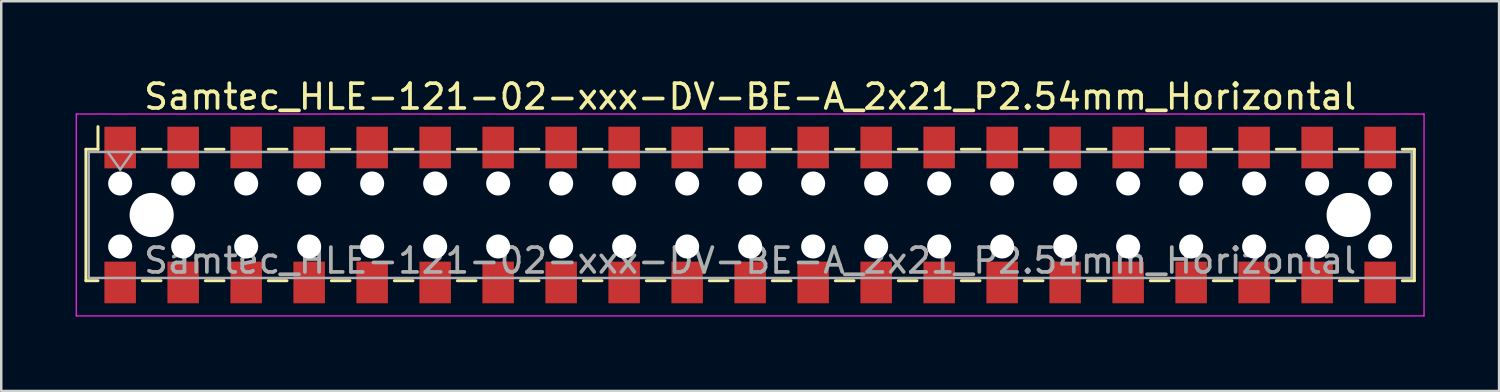
<source format=kicad_pcb>
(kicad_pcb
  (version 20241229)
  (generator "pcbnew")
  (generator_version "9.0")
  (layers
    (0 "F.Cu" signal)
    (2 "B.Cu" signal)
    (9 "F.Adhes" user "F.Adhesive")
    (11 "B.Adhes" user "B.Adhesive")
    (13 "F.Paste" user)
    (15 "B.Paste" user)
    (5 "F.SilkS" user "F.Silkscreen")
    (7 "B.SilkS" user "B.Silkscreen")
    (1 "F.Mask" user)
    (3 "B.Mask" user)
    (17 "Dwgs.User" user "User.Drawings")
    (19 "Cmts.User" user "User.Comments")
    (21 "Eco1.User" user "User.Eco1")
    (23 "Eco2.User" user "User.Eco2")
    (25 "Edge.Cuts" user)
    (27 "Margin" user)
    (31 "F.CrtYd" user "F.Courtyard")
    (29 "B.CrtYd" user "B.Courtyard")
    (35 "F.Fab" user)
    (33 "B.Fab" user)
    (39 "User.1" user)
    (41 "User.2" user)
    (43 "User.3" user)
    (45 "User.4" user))
  (footprint "Samtec_HLE-121-02-xxx-DV-BE-A_2x21_P2.54mm_Horizontal"
    (layer "F.Cu")
    (at 27.195 5.618)
    (property "Reference" "Samtec_HLE-121-02-xxx-DV-BE-A_2x21_P2.54mm_Horizontal" (at 0 -4.77 0) (layer "F.SilkS") (effects (font (size 1 1) (thickness 0.15))))
    (attr smd)
    (fp_line (start -26.78 -2.65) (end -26.78 2.65) (stroke (width 0.12) (type solid)) (layer "F.SilkS"))
    (fp_line (start -26.78 2.65) (end -26.295 2.65) (stroke (width 0.12) (type solid)) (layer "F.SilkS"))
    (fp_line (start -26.295 -3.56) (end -26.295 -2.65) (stroke (width 0.12) (type solid)) (layer "F.SilkS"))
    (fp_line (start -26.295 -2.65) (end -26.78 -2.65) (stroke (width 0.12) (type solid)) (layer "F.SilkS"))
    (fp_line (start -24.505 -2.65) (end -23.755 -2.65) (stroke (width 0.12) (type solid)) (layer "F.SilkS"))
    (fp_line (start -24.505 2.65) (end -23.755 2.65) (stroke (width 0.12) (type solid)) (layer "F.SilkS"))
    (fp_line (start -21.965 -2.65) (end -21.215 -2.65) (stroke (width 0.12) (type solid)) (layer "F.SilkS"))
    (fp_line (start -21.965 2.65) (end -21.215 2.65) (stroke (width 0.12) (type solid)) (layer "F.SilkS"))
    (fp_line (start -19.425 -2.65) (end -18.675 -2.65) (stroke (width 0.12) (type solid)) (layer "F.SilkS"))
    (fp_line (start -19.425 2.65) (end -18.675 2.65) (stroke (width 0.12) (type solid)) (layer "F.SilkS"))
    (fp_line (start -16.885 -2.65) (end -16.135 -2.65) (stroke (width 0.12) (type solid)) (layer "F.SilkS"))
    (fp_line (start -16.885 2.65) (end -16.135 2.65) (stroke (width 0.12) (type solid)) (layer "F.SilkS"))
    (fp_line (start -14.345 -2.65) (end -13.595 -2.65) (stroke (width 0.12) (type solid)) (layer "F.SilkS"))
    (fp_line (start -14.345 2.65) (end -13.595 2.65) (stroke (width 0.12) (type solid)) (layer "F.SilkS"))
    (fp_line (start -11.805 -2.65) (end -11.055 -2.65) (stroke (width 0.12) (type solid)) (layer "F.SilkS"))
    (fp_line (start -11.805 2.65) (end -11.055 2.65) (stroke (width 0.12) (type solid)) (layer "F.SilkS"))
    (fp_line (start -9.265 -2.65) (end -8.515 -2.65) (stroke (width 0.12) (type solid)) (layer "F.SilkS"))
    (fp_line (start -9.265 2.65) (end -8.515 2.65) (stroke (width 0.12) (type solid)) (layer "F.SilkS"))
    (fp_line (start -6.725 -2.65) (end -5.975 -2.65) (stroke (width 0.12) (type solid)) (layer "F.SilkS"))
    (fp_line (start -6.725 2.65) (end -5.975 2.65) (stroke (width 0.12) (type solid)) (layer "F.SilkS"))
    (fp_line (start -4.185 -2.65) (end -3.435 -2.65) (stroke (width 0.12) (type solid)) (layer "F.SilkS"))
    (fp_line (start -4.185 2.65) (end -3.435 2.65) (stroke (width 0.12) (type solid)) (layer "F.SilkS"))
    (fp_line (start -1.645 -2.65) (end -0.895 -2.65) (stroke (width 0.12) (type solid)) (layer "F.SilkS"))
    (fp_line (start -1.645 2.65) (end -0.895 2.65) (stroke (width 0.12) (type solid)) (layer "F.SilkS"))
    (fp_line (start 0.895 -2.65) (end 1.645 -2.65) (stroke (width 0.12) (type solid)) (layer "F.SilkS"))
    (fp_line (start 0.895 2.65) (end 1.645 2.65) (stroke (width 0.12) (type solid)) (layer "F.SilkS"))
    (fp_line (start 3.435 -2.65) (end 4.185 -2.65) (stroke (width 0.12) (type solid)) (layer "F.SilkS"))
    (fp_line (start 3.435 2.65) (end 4.185 2.65) (stroke (width 0.12) (type solid)) (layer "F.SilkS"))
    (fp_line (start 5.975 -2.65) (end 6.725 -2.65) (stroke (width 0.12) (type solid)) (layer "F.SilkS"))
    (fp_line (start 5.975 2.65) (end 6.725 2.65) (stroke (width 0.12) (type solid)) (layer "F.SilkS"))
    (fp_line (start 8.515 -2.65) (end 9.265 -2.65) (stroke (width 0.12) (type solid)) (layer "F.SilkS"))
    (fp_line (start 8.515 2.65) (end 9.265 2.65) (stroke (width 0.12) (type solid)) (layer "F.SilkS"))
    (fp_line (start 11.055 -2.65) (end 11.805 -2.65) (stroke (width 0.12) (type solid)) (layer "F.SilkS"))
    (fp_line (start 11.055 2.65) (end 11.805 2.65) (stroke (width 0.12) (type solid)) (layer "F.SilkS"))
    (fp_line (start 13.595 -2.65) (end 14.345 -2.65) (stroke (width 0.12) (type solid)) (layer "F.SilkS"))
    (fp_line (start 13.595 2.65) (end 14.345 2.65) (stroke (width 0.12) (type solid)) (layer "F.SilkS"))
    (fp_line (start 16.135 -2.65) (end 16.885 -2.65) (stroke (width 0.12) (type solid)) (layer "F.SilkS"))
    (fp_line (start 16.135 2.65) (end 16.885 2.65) (stroke (width 0.12) (type solid)) (layer "F.SilkS"))
    (fp_line (start 18.675 -2.65) (end 19.425 -2.65) (stroke (width 0.12) (type solid)) (layer "F.SilkS"))
    (fp_line (start 18.675 2.65) (end 19.425 2.65) (stroke (width 0.12) (type solid)) (layer "F.SilkS"))
    (fp_line (start 21.215 -2.65) (end 21.965 -2.65) (stroke (width 0.12) (type solid)) (layer "F.SilkS"))
    (fp_line (start 21.215 2.65) (end 21.965 2.65) (stroke (width 0.12) (type solid)) (layer "F.SilkS"))
    (fp_line (start 23.755 -2.65) (end 24.505 -2.65) (stroke (width 0.12) (type solid)) (layer "F.SilkS"))
    (fp_line (start 23.755 2.65) (end 24.505 2.65) (stroke (width 0.12) (type solid)) (layer "F.SilkS"))
    (fp_line (start 26.295 -2.65) (end 26.78 -2.65) (stroke (width 0.12) (type solid)) (layer "F.SilkS"))
    (fp_line (start 26.78 -2.65) (end 26.78 2.65) (stroke (width 0.12) (type solid)) (layer "F.SilkS"))
    (fp_line (start 26.78 2.65) (end 26.295 2.65) (stroke (width 0.12) (type solid)) (layer "F.SilkS"))
    (fp_line (start -27.17 -4.07) (end 27.17 -4.07) (stroke (width 0.05) (type solid)) (layer "F.CrtYd"))
    (fp_line (start -27.17 4.07) (end -27.17 -4.07) (stroke (width 0.05) (type solid)) (layer "F.CrtYd"))
    (fp_line (start 27.17 -4.07) (end 27.17 4.07) (stroke (width 0.05) (type solid)) (layer "F.CrtYd"))
    (fp_line (start 27.17 4.07) (end -27.17 4.07) (stroke (width 0.05) (type solid)) (layer "F.CrtYd"))
    (fp_line (start -26.67 -2.54) (end 26.67 -2.54) (stroke (width 0.1) (type solid)) (layer "F.Fab"))
    (fp_line (start -26.67 2.54) (end -26.67 -2.54) (stroke (width 0.1) (type solid)) (layer "F.Fab"))
    (fp_line (start -25.9 -2.54) (end -25.4 -1.833) (stroke (width 0.1) (type solid)) (layer "F.Fab"))
    (fp_line (start -25.4 -1.833) (end -24.9 -2.54) (stroke (width 0.1) (type solid)) (layer "F.Fab"))
    (fp_line (start 26.67 -2.54) (end 26.67 2.54) (stroke (width 0.1) (type solid)) (layer "F.Fab"))
    (fp_line (start 26.67 2.54) (end -26.67 2.54) (stroke (width 0.1) (type solid)) (layer "F.Fab"))
    (fp_text user "${REFERENCE}" (at 0 1.84 0) (layer "F.Fab") (effects (font (size 1 1) (thickness 0.15))))
    (pad "" np_thru_hole circle (at -25.4 -1.27) (size 0.97 0.97) (drill 0.97) (layers "*.Cu" "*.Mask"))
    (pad "" np_thru_hole circle (at -25.4 1.27) (size 0.97 0.97) (drill 0.97) (layers "*.Cu" "*.Mask"))
    (pad "" np_thru_hole circle (at -24.13 0) (size 1.78 1.78) (drill 1.78) (layers "*.Cu" "*.Mask"))
    (pad "" np_thru_hole circle (at -22.86 -1.27) (size 0.97 0.97) (drill 0.97) (layers "*.Cu" "*.Mask"))
    (pad "" np_thru_hole circle (at -22.86 1.27) (size 0.97 0.97) (drill 0.97) (layers "*.Cu" "*.Mask"))
    (pad "" np_thru_hole circle (at -20.32 -1.27) (size 0.97 0.97) (drill 0.97) (layers "*.Cu" "*.Mask"))
    (pad "" np_thru_hole circle (at -20.32 1.27) (size 0.97 0.97) (drill 0.97) (layers "*.Cu" "*.Mask"))
    (pad "" np_thru_hole circle (at -17.78 -1.27) (size 0.97 0.97) (drill 0.97) (layers "*.Cu" "*.Mask"))
    (pad "" np_thru_hole circle (at -17.78 1.27) (size 0.97 0.97) (drill 0.97) (layers "*.Cu" "*.Mask"))
    (pad "" np_thru_hole circle (at -15.24 -1.27) (size 0.97 0.97) (drill 0.97) (layers "*.Cu" "*.Mask"))
    (pad "" np_thru_hole circle (at -15.24 1.27) (size 0.97 0.97) (drill 0.97) (layers "*.Cu" "*.Mask"))
    (pad "" np_thru_hole circle (at -12.7 -1.27) (size 0.97 0.97) (drill 0.97) (layers "*.Cu" "*.Mask"))
    (pad "" np_thru_hole circle (at -12.7 1.27) (size 0.97 0.97) (drill 0.97) (layers "*.Cu" "*.Mask"))
    (pad "" np_thru_hole circle (at -10.16 -1.27) (size 0.97 0.97) (drill 0.97) (layers "*.Cu" "*.Mask"))
    (pad "" np_thru_hole circle (at -10.16 1.27) (size 0.97 0.97) (drill 0.97) (layers "*.Cu" "*.Mask"))
    (pad "" np_thru_hole circle (at -7.62 -1.27) (size 0.97 0.97) (drill 0.97) (layers "*.Cu" "*.Mask"))
    (pad "" np_thru_hole circle (at -7.62 1.27) (size 0.97 0.97) (drill 0.97) (layers "*.Cu" "*.Mask"))
    (pad "" np_thru_hole circle (at -5.08 -1.27) (size 0.97 0.97) (drill 0.97) (layers "*.Cu" "*.Mask"))
    (pad "" np_thru_hole circle (at -5.08 1.27) (size 0.97 0.97) (drill 0.97) (layers "*.Cu" "*.Mask"))
    (pad "" np_thru_hole circle (at -2.54 -1.27) (size 0.97 0.97) (drill 0.97) (layers "*.Cu" "*.Mask"))
    (pad "" np_thru_hole circle (at -2.54 1.27) (size 0.97 0.97) (drill 0.97) (layers "*.Cu" "*.Mask"))
    (pad "" np_thru_hole circle (at 0 -1.27) (size 0.97 0.97) (drill 0.97) (layers "*.Cu" "*.Mask"))
    (pad "" np_thru_hole circle (at 0 1.27) (size 0.97 0.97) (drill 0.97) (layers "*.Cu" "*.Mask"))
    (pad "" np_thru_hole circle (at 2.54 -1.27) (size 0.97 0.97) (drill 0.97) (layers "*.Cu" "*.Mask"))
    (pad "" np_thru_hole circle (at 2.54 1.27) (size 0.97 0.97) (drill 0.97) (layers "*.Cu" "*.Mask"))
    (pad "" np_thru_hole circle (at 5.08 -1.27) (size 0.97 0.97) (drill 0.97) (layers "*.Cu" "*.Mask"))
    (pad "" np_thru_hole circle (at 5.08 1.27) (size 0.97 0.97) (drill 0.97) (layers "*.Cu" "*.Mask"))
    (pad "" np_thru_hole circle (at 7.62 -1.27) (size 0.97 0.97) (drill 0.97) (layers "*.Cu" "*.Mask"))
    (pad "" np_thru_hole circle (at 7.62 1.27) (size 0.97 0.97) (drill 0.97) (layers "*.Cu" "*.Mask"))
    (pad "" np_thru_hole circle (at 10.16 -1.27) (size 0.97 0.97) (drill 0.97) (layers "*.Cu" "*.Mask"))
    (pad "" np_thru_hole circle (at 10.16 1.27) (size 0.97 0.97) (drill 0.97) (layers "*.Cu" "*.Mask"))
    (pad "" np_thru_hole circle (at 12.7 -1.27) (size 0.97 0.97) (drill 0.97) (layers "*.Cu" "*.Mask"))
    (pad "" np_thru_hole circle (at 12.7 1.27) (size 0.97 0.97) (drill 0.97) (layers "*.Cu" "*.Mask"))
    (pad "" np_thru_hole circle (at 15.24 -1.27) (size 0.97 0.97) (drill 0.97) (layers "*.Cu" "*.Mask"))
    (pad "" np_thru_hole circle (at 15.24 1.27) (size 0.97 0.97) (drill 0.97) (layers "*.Cu" "*.Mask"))
    (pad "" np_thru_hole circle (at 17.78 -1.27) (size 0.97 0.97) (drill 0.97) (layers "*.Cu" "*.Mask"))
    (pad "" np_thru_hole circle (at 17.78 1.27) (size 0.97 0.97) (drill 0.97) (layers "*.Cu" "*.Mask"))
    (pad "" np_thru_hole circle (at 20.32 -1.27) (size 0.97 0.97) (drill 0.97) (layers "*.Cu" "*.Mask"))
    (pad "" np_thru_hole circle (at 20.32 1.27) (size 0.97 0.97) (drill 0.97) (layers "*.Cu" "*.Mask"))
    (pad "" np_thru_hole circle (at 22.86 -1.27) (size 0.97 0.97) (drill 0.97) (layers "*.Cu" "*.Mask"))
    (pad "" np_thru_hole circle (at 22.86 1.27) (size 0.97 0.97) (drill 0.97) (layers "*.Cu" "*.Mask"))
    (pad "" np_thru_hole circle (at 24.13 0) (size 1.78 1.78) (drill 1.78) (layers "*.Cu" "*.Mask"))
    (pad "" np_thru_hole circle (at 25.4 -1.27) (size 0.97 0.97) (drill 0.97) (layers "*.Cu" "*.Mask"))
    (pad "" np_thru_hole circle (at 25.4 1.27) (size 0.97 0.97) (drill 0.97) (layers "*.Cu" "*.Mask"))
    (pad "1" smd rect (at -25.4 -2.72) (size 1.27 1.68) (layers "F.Cu" "F.Mask" "F.Paste"))
    (pad "2" smd rect (at -25.4 2.72) (size 1.27 1.68) (layers "F.Cu" "F.Mask" "F.Paste"))
    (pad "3" smd rect (at -22.86 -2.72) (size 1.27 1.68) (layers "F.Cu" "F.Mask" "F.Paste"))
    (pad "4" smd rect (at -22.86 2.72) (size 1.27 1.68) (layers "F.Cu" "F.Mask" "F.Paste"))
    (pad "5" smd rect (at -20.32 -2.72) (size 1.27 1.68) (layers "F.Cu" "F.Mask" "F.Paste"))
    (pad "6" smd rect (at -20.32 2.72) (size 1.27 1.68) (layers "F.Cu" "F.Mask" "F.Paste"))
    (pad "7" smd rect (at -17.78 -2.72) (size 1.27 1.68) (layers "F.Cu" "F.Mask" "F.Paste"))
    (pad "8" smd rect (at -17.78 2.72) (size 1.27 1.68) (layers "F.Cu" "F.Mask" "F.Paste"))
    (pad "9" smd rect (at -15.24 -2.72) (size 1.27 1.68) (layers "F.Cu" "F.Mask" "F.Paste"))
    (pad "10" smd rect (at -15.24 2.72) (size 1.27 1.68) (layers "F.Cu" "F.Mask" "F.Paste"))
    (pad "11" smd rect (at -12.7 -2.72) (size 1.27 1.68) (layers "F.Cu" "F.Mask" "F.Paste"))
    (pad "12" smd rect (at -12.7 2.72) (size 1.27 1.68) (layers "F.Cu" "F.Mask" "F.Paste"))
    (pad "13" smd rect (at -10.16 -2.72) (size 1.27 1.68) (layers "F.Cu" "F.Mask" "F.Paste"))
    (pad "14" smd rect (at -10.16 2.72) (size 1.27 1.68) (layers "F.Cu" "F.Mask" "F.Paste"))
    (pad "15" smd rect (at -7.62 -2.72) (size 1.27 1.68) (layers "F.Cu" "F.Mask" "F.Paste"))
    (pad "16" smd rect (at -7.62 2.72) (size 1.27 1.68) (layers "F.Cu" "F.Mask" "F.Paste"))
    (pad "17" smd rect (at -5.08 -2.72) (size 1.27 1.68) (layers "F.Cu" "F.Mask" "F.Paste"))
    (pad "18" smd rect (at -5.08 2.72) (size 1.27 1.68) (layers "F.Cu" "F.Mask" "F.Paste"))
    (pad "19" smd rect (at -2.54 -2.72) (size 1.27 1.68) (layers "F.Cu" "F.Mask" "F.Paste"))
    (pad "20" smd rect (at -2.54 2.72) (size 1.27 1.68) (layers "F.Cu" "F.Mask" "F.Paste"))
    (pad "21" smd rect (at 0 -2.72) (size 1.27 1.68) (layers "F.Cu" "F.Mask" "F.Paste"))
    (pad "22" smd rect (at 0 2.72) (size 1.27 1.68) (layers "F.Cu" "F.Mask" "F.Paste"))
    (pad "23" smd rect (at 2.54 -2.72) (size 1.27 1.68) (layers "F.Cu" "F.Mask" "F.Paste"))
    (pad "24" smd rect (at 2.54 2.72) (size 1.27 1.68) (layers "F.Cu" "F.Mask" "F.Paste"))
    (pad "25" smd rect (at 5.08 -2.72) (size 1.27 1.68) (layers "F.Cu" "F.Mask" "F.Paste"))
    (pad "26" smd rect (at 5.08 2.72) (size 1.27 1.68) (layers "F.Cu" "F.Mask" "F.Paste"))
    (pad "27" smd rect (at 7.62 -2.72) (size 1.27 1.68) (layers "F.Cu" "F.Mask" "F.Paste"))
    (pad "28" smd rect (at 7.62 2.72) (size 1.27 1.68) (layers "F.Cu" "F.Mask" "F.Paste"))
    (pad "29" smd rect (at 10.16 -2.72) (size 1.27 1.68) (layers "F.Cu" "F.Mask" "F.Paste"))
    (pad "30" smd rect (at 10.16 2.72) (size 1.27 1.68) (layers "F.Cu" "F.Mask" "F.Paste"))
    (pad "31" smd rect (at 12.7 -2.72) (size 1.27 1.68) (layers "F.Cu" "F.Mask" "F.Paste"))
    (pad "32" smd rect (at 12.7 2.72) (size 1.27 1.68) (layers "F.Cu" "F.Mask" "F.Paste"))
    (pad "33" smd rect (at 15.24 -2.72) (size 1.27 1.68) (layers "F.Cu" "F.Mask" "F.Paste"))
    (pad "34" smd rect (at 15.24 2.72) (size 1.27 1.68) (layers "F.Cu" "F.Mask" "F.Paste"))
    (pad "35" smd rect (at 17.78 -2.72) (size 1.27 1.68) (layers "F.Cu" "F.Mask" "F.Paste"))
    (pad "36" smd rect (at 17.78 2.72) (size 1.27 1.68) (layers "F.Cu" "F.Mask" "F.Paste"))
    (pad "37" smd rect (at 20.32 -2.72) (size 1.27 1.68) (layers "F.Cu" "F.Mask" "F.Paste"))
    (pad "38" smd rect (at 20.32 2.72) (size 1.27 1.68) (layers "F.Cu" "F.Mask" "F.Paste"))
    (pad "39" smd rect (at 22.86 -2.72) (size 1.27 1.68) (layers "F.Cu" "F.Mask" "F.Paste"))
    (pad "40" smd rect (at 22.86 2.72) (size 1.27 1.68) (layers "F.Cu" "F.Mask" "F.Paste"))
    (pad "41" smd rect (at 25.4 -2.72) (size 1.27 1.68) (layers "F.Cu" "F.Mask" "F.Paste"))
    (pad "42" smd rect (at 25.4 2.72) (size 1.27 1.68) (layers "F.Cu" "F.Mask" "F.Paste")))
  (gr_rect
    (start -3 -3)
    (end 57.39 12.713)
    (stroke (width 0.1) (type default))
    (fill no)
    (layer "Edge.Cuts")))
</source>
